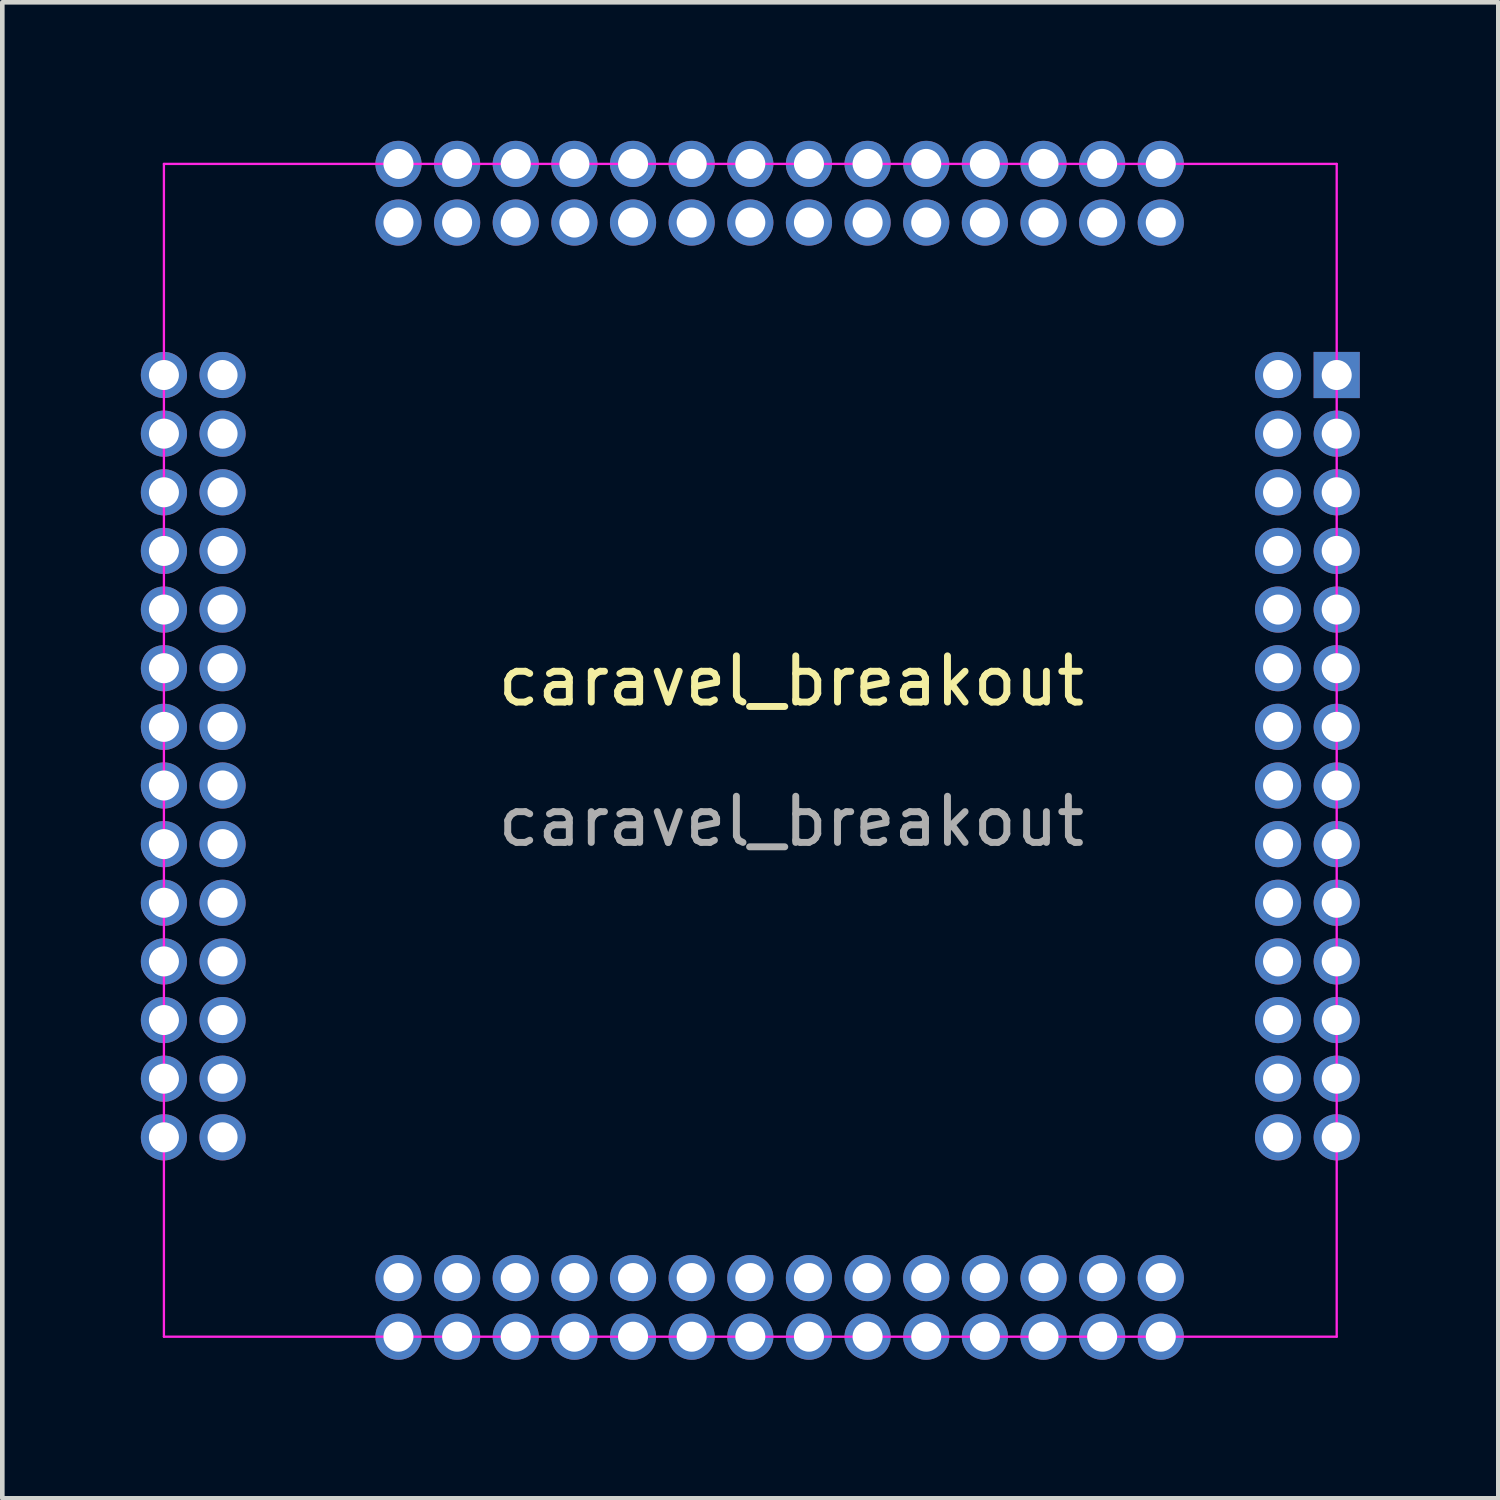
<source format=kicad_pcb>
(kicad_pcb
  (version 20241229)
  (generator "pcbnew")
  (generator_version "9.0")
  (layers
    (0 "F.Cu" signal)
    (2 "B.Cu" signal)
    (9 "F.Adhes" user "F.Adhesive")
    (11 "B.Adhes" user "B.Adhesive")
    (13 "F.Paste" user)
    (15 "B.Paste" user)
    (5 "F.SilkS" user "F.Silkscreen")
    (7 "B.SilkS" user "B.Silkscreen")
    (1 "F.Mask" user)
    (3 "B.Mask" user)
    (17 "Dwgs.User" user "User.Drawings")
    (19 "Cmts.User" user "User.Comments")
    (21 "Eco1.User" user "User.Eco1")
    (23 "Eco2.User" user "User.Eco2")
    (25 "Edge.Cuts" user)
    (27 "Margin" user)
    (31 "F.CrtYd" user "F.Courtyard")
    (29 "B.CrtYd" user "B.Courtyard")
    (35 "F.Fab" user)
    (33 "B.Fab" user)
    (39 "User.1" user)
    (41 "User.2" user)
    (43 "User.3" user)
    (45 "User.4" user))
  (footprint "caravel_breakout"
    (layer "F.Cu")
    (at 0.5 0.5)
    (property "Reference" "caravel_breakout" (at 13.589 11.2 0) (unlocked yes) (layer "F.SilkS") (effects (font (size 1 1) (thickness 0.15))))
    (fp_line (start 0 0) (end 0 25.4) (stroke (width 0.05) (type solid)) (layer "F.CrtYd"))
    (fp_line (start 0 0) (end 25.4 0) (stroke (width 0.05) (type solid)) (layer "F.CrtYd"))
    (fp_line (start 0 25.4) (end 25.4 25.4) (stroke (width 0.05) (type solid)) (layer "F.CrtYd"))
    (fp_line (start 25.4 0) (end 25.4 25.4) (stroke (width 0.05) (type solid)) (layer "F.CrtYd"))
    (fp_text user "${REFERENCE}" (at 13.589 14.24 0) (unlocked yes) (layer "F.Fab") (effects (font (size 1 1) (thickness 0.15))))
    (pad "" thru_hole oval (at 1.27 4.572) (size 1 1) (drill 0.65) (layers "*.Cu" "*.Mask"))
    (pad "" thru_hole oval (at 1.27 5.842) (size 1 1) (drill 0.65) (layers "*.Cu" "*.Mask"))
    (pad "" thru_hole oval (at 1.27 7.112) (size 1 1) (drill 0.65) (layers "*.Cu" "*.Mask"))
    (pad "" thru_hole oval (at 1.27 8.382) (size 1 1) (drill 0.65) (layers "*.Cu" "*.Mask"))
    (pad "" thru_hole oval (at 1.27 9.652) (size 1 1) (drill 0.65) (layers "*.Cu" "*.Mask"))
    (pad "" thru_hole oval (at 1.27 10.922) (size 1 1) (drill 0.65) (layers "*.Cu" "*.Mask"))
    (pad "" thru_hole oval (at 1.27 12.192) (size 1 1) (drill 0.65) (layers "*.Cu" "*.Mask"))
    (pad "" thru_hole oval (at 1.27 13.462) (size 1 1) (drill 0.65) (layers "*.Cu" "*.Mask"))
    (pad "" thru_hole oval (at 1.27 14.732) (size 1 1) (drill 0.65) (layers "*.Cu" "*.Mask"))
    (pad "" thru_hole oval (at 1.27 16.002) (size 1 1) (drill 0.65) (layers "*.Cu" "*.Mask"))
    (pad "" thru_hole oval (at 1.27 17.272) (size 1 1) (drill 0.65) (layers "*.Cu" "*.Mask"))
    (pad "" thru_hole oval (at 1.27 18.542) (size 1 1) (drill 0.65) (layers "*.Cu" "*.Mask"))
    (pad "" thru_hole oval (at 1.27 19.812) (size 1 1) (drill 0.65) (layers "*.Cu" "*.Mask"))
    (pad "" thru_hole oval (at 1.27 21.082) (size 1 1) (drill 0.65) (layers "*.Cu" "*.Mask"))
    (pad "" thru_hole oval (at 5.08 1.27 270) (size 1 1) (drill 0.65) (layers "*.Cu" "*.Mask"))
    (pad "" thru_hole oval (at 5.08 24.13 270) (size 1 1) (drill 0.65) (layers "*.Cu" "*.Mask"))
    (pad "" thru_hole oval (at 6.35 1.27 270) (size 1 1) (drill 0.65) (layers "*.Cu" "*.Mask"))
    (pad "" thru_hole oval (at 6.35 24.13 270) (size 1 1) (drill 0.65) (layers "*.Cu" "*.Mask"))
    (pad "" thru_hole oval (at 7.62 1.27 270) (size 1 1) (drill 0.65) (layers "*.Cu" "*.Mask"))
    (pad "" thru_hole oval (at 7.62 24.13 270) (size 1 1) (drill 0.65) (layers "*.Cu" "*.Mask"))
    (pad "" thru_hole oval (at 8.89 1.27 270) (size 1 1) (drill 0.65) (layers "*.Cu" "*.Mask"))
    (pad "" thru_hole oval (at 8.89 24.13 270) (size 1 1) (drill 0.65) (layers "*.Cu" "*.Mask"))
    (pad "" thru_hole oval (at 10.16 1.27 270) (size 1 1) (drill 0.65) (layers "*.Cu" "*.Mask"))
    (pad "" thru_hole oval (at 10.16 24.13 270) (size 1 1) (drill 0.65) (layers "*.Cu" "*.Mask"))
    (pad "" thru_hole oval (at 11.43 1.27 270) (size 1 1) (drill 0.65) (layers "*.Cu" "*.Mask"))
    (pad "" thru_hole oval (at 11.43 24.13 270) (size 1 1) (drill 0.65) (layers "*.Cu" "*.Mask"))
    (pad "" thru_hole oval (at 12.7 1.27 270) (size 1 1) (drill 0.65) (layers "*.Cu" "*.Mask"))
    (pad "" thru_hole oval (at 12.7 24.13 270) (size 1 1) (drill 0.65) (layers "*.Cu" "*.Mask"))
    (pad "" thru_hole oval (at 13.97 1.27 270) (size 1 1) (drill 0.65) (layers "*.Cu" "*.Mask"))
    (pad "" thru_hole oval (at 13.97 24.13 270) (size 1 1) (drill 0.65) (layers "*.Cu" "*.Mask"))
    (pad "" thru_hole oval (at 15.24 1.27 270) (size 1 1) (drill 0.65) (layers "*.Cu" "*.Mask"))
    (pad "" thru_hole oval (at 15.24 24.13 270) (size 1 1) (drill 0.65) (layers "*.Cu" "*.Mask"))
    (pad "" thru_hole oval (at 16.51 1.27 270) (size 1 1) (drill 0.65) (layers "*.Cu" "*.Mask"))
    (pad "" thru_hole oval (at 16.51 24.13 270) (size 1 1) (drill 0.65) (layers "*.Cu" "*.Mask"))
    (pad "" thru_hole oval (at 17.78 1.27 270) (size 1 1) (drill 0.65) (layers "*.Cu" "*.Mask"))
    (pad "" thru_hole oval (at 17.78 24.13 270) (size 1 1) (drill 0.65) (layers "*.Cu" "*.Mask"))
    (pad "" thru_hole oval (at 19.05 1.27 270) (size 1 1) (drill 0.65) (layers "*.Cu" "*.Mask"))
    (pad "" thru_hole oval (at 19.05 24.13 270) (size 1 1) (drill 0.65) (layers "*.Cu" "*.Mask"))
    (pad "" thru_hole oval (at 20.32 1.27 270) (size 1 1) (drill 0.65) (layers "*.Cu" "*.Mask"))
    (pad "" thru_hole oval (at 20.32 24.13 270) (size 1 1) (drill 0.65) (layers "*.Cu" "*.Mask"))
    (pad "" thru_hole oval (at 21.59 1.27 270) (size 1 1) (drill 0.65) (layers "*.Cu" "*.Mask"))
    (pad "" thru_hole oval (at 21.59 24.13 270) (size 1 1) (drill 0.65) (layers "*.Cu" "*.Mask"))
    (pad "" thru_hole oval (at 24.13 4.572 180) (size 1 1) (drill 0.65) (layers "*.Cu" "*.Mask"))
    (pad "" thru_hole oval (at 24.13 5.842 180) (size 1 1) (drill 0.65) (layers "*.Cu" "*.Mask"))
    (pad "" thru_hole oval (at 24.13 7.112 180) (size 1 1) (drill 0.65) (layers "*.Cu" "*.Mask"))
    (pad "" thru_hole oval (at 24.13 8.382 180) (size 1 1) (drill 0.65) (layers "*.Cu" "*.Mask"))
    (pad "" thru_hole oval (at 24.13 9.652 180) (size 1 1) (drill 0.65) (layers "*.Cu" "*.Mask"))
    (pad "" thru_hole oval (at 24.13 10.922 180) (size 1 1) (drill 0.65) (layers "*.Cu" "*.Mask"))
    (pad "" thru_hole oval (at 24.13 12.192 180) (size 1 1) (drill 0.65) (layers "*.Cu" "*.Mask"))
    (pad "" thru_hole oval (at 24.13 13.462 180) (size 1 1) (drill 0.65) (layers "*.Cu" "*.Mask"))
    (pad "" thru_hole oval (at 24.13 14.732 180) (size 1 1) (drill 0.65) (layers "*.Cu" "*.Mask"))
    (pad "" thru_hole oval (at 24.13 16.002 180) (size 1 1) (drill 0.65) (layers "*.Cu" "*.Mask"))
    (pad "" thru_hole oval (at 24.13 17.272 180) (size 1 1) (drill 0.65) (layers "*.Cu" "*.Mask"))
    (pad "" thru_hole oval (at 24.13 18.542 180) (size 1 1) (drill 0.65) (layers "*.Cu" "*.Mask"))
    (pad "" thru_hole oval (at 24.13 19.812 180) (size 1 1) (drill 0.65) (layers "*.Cu" "*.Mask"))
    (pad "" thru_hole oval (at 24.13 21.082 180) (size 1 1) (drill 0.65) (layers "*.Cu" "*.Mask"))
    (pad "1" thru_hole rect (at 25.4 4.572 180) (size 1 1) (drill 0.65) (layers "*.Cu" "*.Mask"))
    (pad "2" thru_hole oval (at 25.4 5.842 180) (size 1 1) (drill 0.65) (layers "*.Cu" "*.Mask"))
    (pad "3" thru_hole oval (at 25.4 7.112 180) (size 1 1) (drill 0.65) (layers "*.Cu" "*.Mask"))
    (pad "4" thru_hole oval (at 25.4 8.382 180) (size 1 1) (drill 0.65) (layers "*.Cu" "*.Mask"))
    (pad "5" thru_hole oval (at 25.4 9.652 180) (size 1 1) (drill 0.65) (layers "*.Cu" "*.Mask"))
    (pad "6" thru_hole oval (at 25.4 10.922 270) (size 1 1) (drill 0.65) (layers "*.Cu" "*.Mask"))
    (pad "7" thru_hole oval (at 25.4 12.192 180) (size 1 1) (drill 0.65) (layers "*.Cu" "*.Mask"))
    (pad "8" thru_hole oval (at 25.4 13.462 180) (size 1 1) (drill 0.65) (layers "*.Cu" "*.Mask"))
    (pad "9" thru_hole oval (at 25.4 14.732 180) (size 1 1) (drill 0.65) (layers "*.Cu" "*.Mask"))
    (pad "10" thru_hole oval (at 25.4 16.002 180) (size 1 1) (drill 0.65) (layers "*.Cu" "*.Mask"))
    (pad "11" thru_hole oval (at 25.4 17.272 180) (size 1 1) (drill 0.65) (layers "*.Cu" "*.Mask"))
    (pad "12" thru_hole oval (at 25.4 18.542 180) (size 1 1) (drill 0.65) (layers "*.Cu" "*.Mask"))
    (pad "13" thru_hole oval (at 25.4 19.812 180) (size 1 1) (drill 0.65) (layers "*.Cu" "*.Mask"))
    (pad "14" thru_hole circle (at 25.4 21.082 180) (size 1 1) (drill 0.65) (layers "*.Cu" "*.Mask"))
    (pad "15" thru_hole oval (at 21.59 25.4 90) (size 1 1) (drill 0.65) (layers "*.Cu" "*.Mask"))
    (pad "16" thru_hole oval (at 20.32 25.4 90) (size 1 1) (drill 0.65) (layers "*.Cu" "*.Mask"))
    (pad "17" thru_hole oval (at 19.05 25.4 90) (size 1 1) (drill 0.65) (layers "*.Cu" "*.Mask"))
    (pad "18" thru_hole oval (at 17.78 25.4 90) (size 1 1) (drill 0.65) (layers "*.Cu" "*.Mask"))
    (pad "19" thru_hole oval (at 16.51 25.4 90) (size 1 1) (drill 0.65) (layers "*.Cu" "*.Mask"))
    (pad "20" thru_hole oval (at 15.24 25.4 90) (size 1 1) (drill 0.65) (layers "*.Cu" "*.Mask"))
    (pad "21" thru_hole oval (at 13.97 25.4 90) (size 1 1) (drill 0.65) (layers "*.Cu" "*.Mask"))
    (pad "22" thru_hole oval (at 12.7 25.4 90) (size 1 1) (drill 0.65) (layers "*.Cu" "*.Mask"))
    (pad "23" thru_hole oval (at 11.43 25.4 90) (size 1 1) (drill 0.65) (layers "*.Cu" "*.Mask"))
    (pad "24" thru_hole oval (at 10.16 25.4 90) (size 1 1) (drill 0.65) (layers "*.Cu" "*.Mask"))
    (pad "25" thru_hole oval (at 8.89 25.4 90) (size 1 1) (drill 0.65) (layers "*.Cu" "*.Mask"))
    (pad "26" thru_hole oval (at 7.62 25.4 90) (size 1 1) (drill 0.65) (layers "*.Cu" "*.Mask"))
    (pad "27" thru_hole oval (at 6.35 25.4 90) (size 1 1) (drill 0.65) (layers "*.Cu" "*.Mask"))
    (pad "28" thru_hole circle (at 5.08 25.4 90) (size 1 1) (drill 0.65) (layers "*.Cu" "*.Mask"))
    (pad "29" thru_hole oval (at 0 21.082) (size 1 1) (drill 0.65) (layers "*.Cu" "*.Mask"))
    (pad "30" thru_hole oval (at 0 19.812) (size 1 1) (drill 0.65) (layers "*.Cu" "*.Mask"))
    (pad "31" thru_hole oval (at 0 18.542) (size 1 1) (drill 0.65) (layers "*.Cu" "*.Mask"))
    (pad "32" thru_hole oval (at 0 17.272) (size 1 1) (drill 0.65) (layers "*.Cu" "*.Mask"))
    (pad "33" thru_hole oval (at 0 16.002) (size 1 1) (drill 0.65) (layers "*.Cu" "*.Mask"))
    (pad "34" thru_hole oval (at 0 14.732) (size 1 1) (drill 0.65) (layers "*.Cu" "*.Mask"))
    (pad "35" thru_hole oval (at 0 13.462) (size 1 1) (drill 0.65) (layers "*.Cu" "*.Mask"))
    (pad "36" thru_hole oval (at 0 12.192) (size 1 1) (drill 0.65) (layers "*.Cu" "*.Mask"))
    (pad "37" thru_hole oval (at 0 10.922) (size 1 1) (drill 0.65) (layers "*.Cu" "*.Mask"))
    (pad "38" thru_hole oval (at 0 9.652) (size 1 1) (drill 0.65) (layers "*.Cu" "*.Mask"))
    (pad "39" thru_hole oval (at 0 8.382) (size 1 1) (drill 0.65) (layers "*.Cu" "*.Mask"))
    (pad "40" thru_hole oval (at 0 7.112) (size 1 1) (drill 0.65) (layers "*.Cu" "*.Mask"))
    (pad "41" thru_hole oval (at 0 5.842) (size 1 1) (drill 0.65) (layers "*.Cu" "*.Mask"))
    (pad "42" thru_hole circle (at 0 4.572) (size 1 1) (drill 0.65) (layers "*.Cu" "*.Mask"))
    (pad "43" thru_hole oval (at 5.08 0 270) (size 1 1) (drill 0.65) (layers "*.Cu" "*.Mask"))
    (pad "44" thru_hole oval (at 6.35 0 270) (size 1 1) (drill 0.65) (layers "*.Cu" "*.Mask"))
    (pad "45" thru_hole oval (at 7.62 0 270) (size 1 1) (drill 0.65) (layers "*.Cu" "*.Mask"))
    (pad "46" thru_hole oval (at 8.89 0 270) (size 1 1) (drill 0.65) (layers "*.Cu" "*.Mask"))
    (pad "47" thru_hole oval (at 10.16 0 270) (size 1 1) (drill 0.65) (layers "*.Cu" "*.Mask"))
    (pad "48" thru_hole oval (at 11.43 0 270) (size 1 1) (drill 0.65) (layers "*.Cu" "*.Mask"))
    (pad "49" thru_hole oval (at 12.7 0 270) (size 1 1) (drill 0.65) (layers "*.Cu" "*.Mask"))
    (pad "50" thru_hole oval (at 13.97 0 270) (size 1 1) (drill 0.65) (layers "*.Cu" "*.Mask"))
    (pad "51" thru_hole oval (at 15.24 0 270) (size 1 1) (drill 0.65) (layers "*.Cu" "*.Mask"))
    (pad "52" thru_hole oval (at 16.51 0 270) (size 1 1) (drill 0.65) (layers "*.Cu" "*.Mask"))
    (pad "53" thru_hole oval (at 17.78 0 270) (size 1 1) (drill 0.65) (layers "*.Cu" "*.Mask"))
    (pad "54" thru_hole oval (at 19.05 0 270) (size 1 1) (drill 0.65) (layers "*.Cu" "*.Mask"))
    (pad "55" thru_hole oval (at 20.32 0 270) (size 1 1) (drill 0.65) (layers "*.Cu" "*.Mask"))
    (pad "56" thru_hole circle (at 21.59 0 270) (size 1 1) (drill 0.65) (layers "*.Cu" "*.Mask")))
  (gr_rect
    (start -3 -3)
    (end 29.4 29.4)
    (stroke (width 0.1) (type default))
    (fill no)
    (layer "Edge.Cuts")))
</source>
